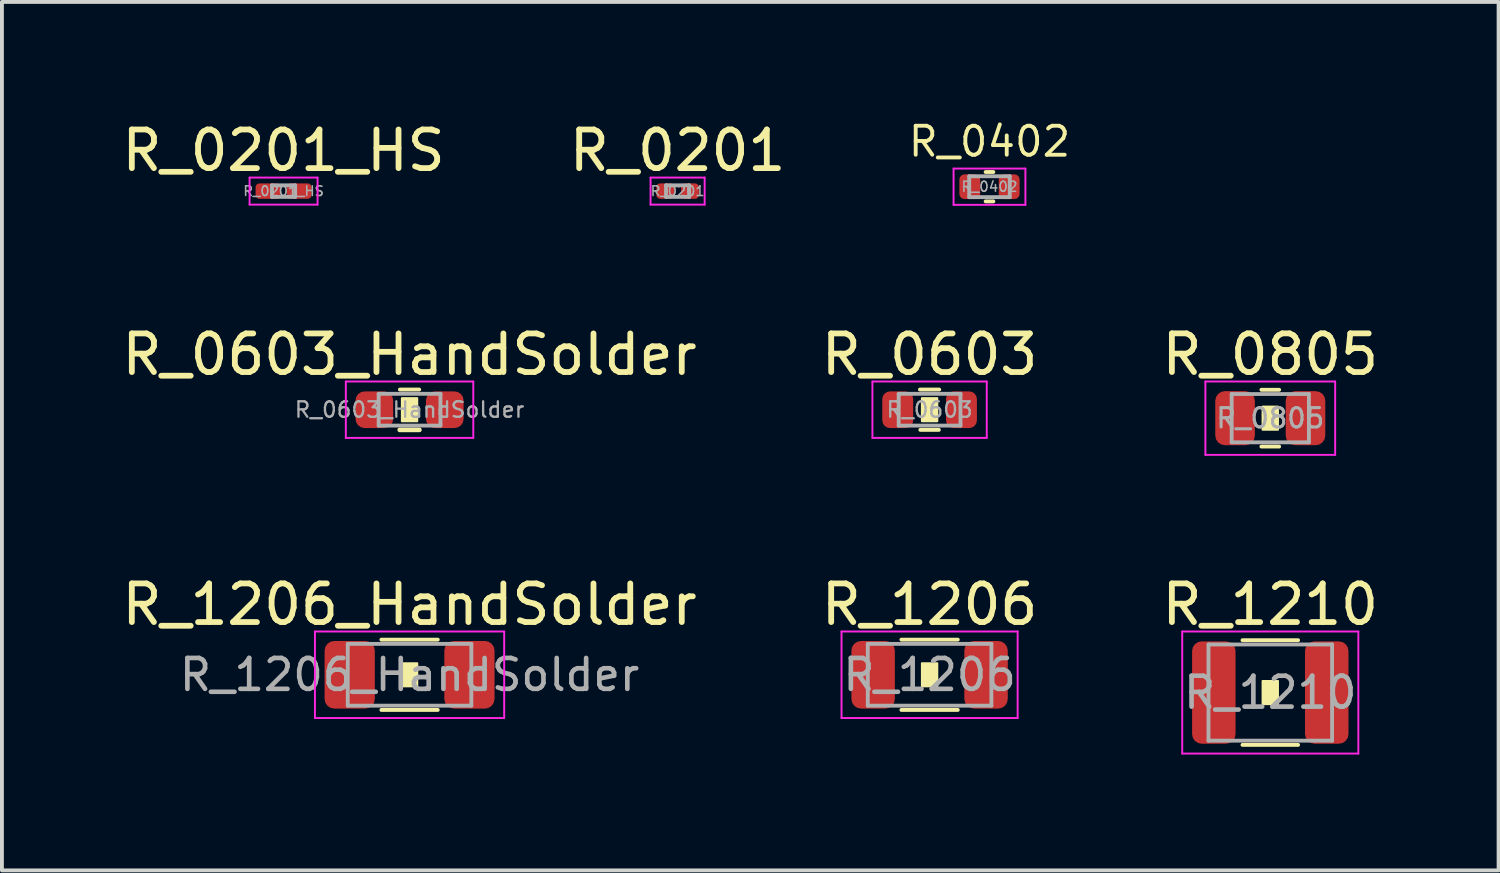
<source format=kicad_pcb>
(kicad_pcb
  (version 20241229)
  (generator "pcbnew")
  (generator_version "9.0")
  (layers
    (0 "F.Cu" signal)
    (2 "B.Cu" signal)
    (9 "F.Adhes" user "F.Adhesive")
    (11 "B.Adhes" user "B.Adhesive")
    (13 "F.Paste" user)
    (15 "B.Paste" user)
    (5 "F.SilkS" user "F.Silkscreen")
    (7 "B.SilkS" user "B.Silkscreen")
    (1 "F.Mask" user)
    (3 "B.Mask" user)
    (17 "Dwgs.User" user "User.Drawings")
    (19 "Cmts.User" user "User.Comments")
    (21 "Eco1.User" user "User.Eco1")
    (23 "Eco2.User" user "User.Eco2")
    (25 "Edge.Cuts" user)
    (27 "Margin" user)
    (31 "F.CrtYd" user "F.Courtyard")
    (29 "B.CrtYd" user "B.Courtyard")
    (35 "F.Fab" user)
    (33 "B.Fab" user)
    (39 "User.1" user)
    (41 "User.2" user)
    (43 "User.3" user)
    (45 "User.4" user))
  (footprint "R_0402"
    (layer "F.Cu")
    (at 22.569 1.784)
    (property "Reference" "R_0402" (at 0 -1.17 0) (layer "F.SilkS") (effects (font (size 0.75 0.75) (thickness 0.1))))
    (attr smd)
    (fp_line (start -0.1 -0.38) (end 0.1 -0.38) (stroke (width 0.1) (type solid)) (layer "F.SilkS"))
    (fp_line (start -0.1 0.38) (end 0.1 0.38) (stroke (width 0.1) (type solid)) (layer "F.SilkS"))
    (fp_line (start -0.93 -0.47) (end 0.93 -0.47) (stroke (width 0.05) (type solid)) (layer "F.CrtYd"))
    (fp_line (start -0.93 0.47) (end -0.93 -0.47) (stroke (width 0.05) (type solid)) (layer "F.CrtYd"))
    (fp_line (start 0.93 -0.47) (end 0.93 0.47) (stroke (width 0.05) (type solid)) (layer "F.CrtYd"))
    (fp_line (start 0.93 0.47) (end -0.93 0.47) (stroke (width 0.05) (type solid)) (layer "F.CrtYd"))
    (fp_line (start -0.525 -0.27) (end 0.525 -0.27) (stroke (width 0.1) (type solid)) (layer "F.Fab"))
    (fp_line (start -0.525 0.27) (end -0.525 -0.27) (stroke (width 0.1) (type solid)) (layer "F.Fab"))
    (fp_line (start 0.525 -0.27) (end 0.525 0.27) (stroke (width 0.1) (type solid)) (layer "F.Fab"))
    (fp_line (start 0.525 0.27) (end -0.525 0.27) (stroke (width 0.1) (type solid)) (layer "F.Fab"))
    (fp_text user "${REFERENCE}" (at 0 0 0) (layer "F.Fab") (effects (font (size 0.26 0.26) (thickness 0.04))))
    (pad "1" smd roundrect (at -0.51 0) (size 0.54 0.64) (layers "F.Cu" "F.Mask" "F.Paste") (roundrect_rratio 0.25))
    (pad "2" smd roundrect (at 0.51 0) (size 0.54 0.64) (layers "F.Cu" "F.Mask" "F.Paste") (roundrect_rratio 0.25)))
  (footprint "R_0603_HandSolder"
    (layer "F.Cu")
    (at 7.554 7.558)
    (property "Reference" "R_0603_HandSolder" (at 0 -1.43 0) (layer "F.SilkS") (effects (font (size 1 1) (thickness 0.15))))
    (attr smd)
    (fp_line (start -0.255 0.522) (end 0.255 0.522) (stroke (width 0.12) (type solid)) (layer "F.SilkS"))
    (fp_line (start -0.25 -0.522) (end 0.25 -0.522) (stroke (width 0.1) (type solid)) (layer "F.SilkS"))
    (fp_rect (start -0.2 -0.3) (end 0.2 0.3) (stroke (width 0.05) (type solid)) (fill yes) (layer "F.SilkS"))
    (fp_line (start -1.65 -0.73) (end 1.65 -0.73) (stroke (width 0.05) (type solid)) (layer "F.CrtYd"))
    (fp_line (start -1.65 0.73) (end -1.65 -0.73) (stroke (width 0.05) (type solid)) (layer "F.CrtYd"))
    (fp_line (start 1.65 -0.73) (end 1.65 0.73) (stroke (width 0.05) (type solid)) (layer "F.CrtYd"))
    (fp_line (start 1.65 0.73) (end -1.65 0.73) (stroke (width 0.05) (type solid)) (layer "F.CrtYd"))
    (fp_line (start -0.8 -0.412) (end 0.8 -0.412) (stroke (width 0.1) (type solid)) (layer "F.Fab"))
    (fp_line (start -0.8 0.412) (end -0.8 -0.412) (stroke (width 0.1) (type solid)) (layer "F.Fab"))
    (fp_line (start 0.8 -0.412) (end 0.8 0.412) (stroke (width 0.1) (type solid)) (layer "F.Fab"))
    (fp_line (start 0.8 0.412) (end -0.8 0.412) (stroke (width 0.1) (type solid)) (layer "F.Fab"))
    (fp_text user "${REFERENCE}" (at 0 0 0) (layer "F.Fab") (effects (font (size 0.4 0.4) (thickness 0.06))))
    (pad "1" smd roundrect (at -0.912 0) (size 0.975 0.95) (layers "F.Cu" "F.Mask" "F.Paste") (roundrect_rratio 0.25))
    (pad "2" smd roundrect (at 0.912 0) (size 0.975 0.95) (layers "F.Cu" "F.Mask" "F.Paste") (roundrect_rratio 0.25)))
  (footprint "R_0603"
    (layer "F.Cu")
    (at 21.018 7.558)
    (property "Reference" "R_0603" (at 0 -1.43 0) (layer "F.SilkS") (effects (font (size 1 1) (thickness 0.15))))
    (attr smd)
    (fp_line (start -0.25 -0.522) (end 0.25 -0.522) (stroke (width 0.1) (type solid)) (layer "F.SilkS"))
    (fp_line (start -0.24 0.522) (end 0.24 0.522) (stroke (width 0.1) (type solid)) (layer "F.SilkS"))
    (fp_rect (start -0.2 -0.3) (end 0.2 0.3) (stroke (width 0.05) (type solid)) (fill yes) (layer "F.SilkS"))
    (fp_line (start -1.48 -0.73) (end 1.48 -0.73) (stroke (width 0.05) (type solid)) (layer "F.CrtYd"))
    (fp_line (start -1.48 0.73) (end -1.48 -0.73) (stroke (width 0.05) (type solid)) (layer "F.CrtYd"))
    (fp_line (start 1.48 -0.73) (end 1.48 0.73) (stroke (width 0.05) (type solid)) (layer "F.CrtYd"))
    (fp_line (start 1.48 0.73) (end -1.48 0.73) (stroke (width 0.05) (type solid)) (layer "F.CrtYd"))
    (fp_line (start -0.8 -0.412) (end 0.8 -0.412) (stroke (width 0.1) (type solid)) (layer "F.Fab"))
    (fp_line (start -0.8 0.412) (end -0.8 -0.412) (stroke (width 0.1) (type solid)) (layer "F.Fab"))
    (fp_line (start 0.8 -0.412) (end 0.8 0.412) (stroke (width 0.1) (type solid)) (layer "F.Fab"))
    (fp_line (start 0.8 0.412) (end -0.8 0.412) (stroke (width 0.1) (type solid)) (layer "F.Fab"))
    (fp_text user "${REFERENCE}" (at 0 0 0) (layer "F.Fab") (effects (font (size 0.4 0.4) (thickness 0.06))))
    (pad "1" smd roundrect (at -0.825 0) (size 0.8 0.95) (layers "F.Cu" "F.Mask" "F.Paste") (roundrect_rratio 0.25))
    (pad "2" smd roundrect (at 0.825 0) (size 0.8 0.95) (layers "F.Cu" "F.Mask" "F.Paste") (roundrect_rratio 0.25)))
  (footprint "R_1206"
    (layer "F.Cu")
    (at 21.018 14.421)
    (property "Reference" "R_1206" (at 0 -1.82 0) (layer "F.SilkS") (effects (font (size 1 1) (thickness 0.15))))
    (attr smd)
    (fp_line (start -0.73 -0.91) (end 0.73 -0.91) (stroke (width 0.1) (type solid)) (layer "F.SilkS"))
    (fp_line (start -0.73 0.91) (end 0.73 0.91) (stroke (width 0.1) (type solid)) (layer "F.SilkS"))
    (fp_rect (start -0.2 -0.3) (end 0.2 0.3) (stroke (width 0.05) (type solid)) (fill yes) (layer "F.SilkS"))
    (fp_line (start -2.28 -1.12) (end 2.28 -1.12) (stroke (width 0.05) (type solid)) (layer "F.CrtYd"))
    (fp_line (start -2.28 1.12) (end -2.28 -1.12) (stroke (width 0.05) (type solid)) (layer "F.CrtYd"))
    (fp_line (start 2.28 -1.12) (end 2.28 1.12) (stroke (width 0.05) (type solid)) (layer "F.CrtYd"))
    (fp_line (start 2.28 1.12) (end -2.28 1.12) (stroke (width 0.05) (type solid)) (layer "F.CrtYd"))
    (fp_line (start -1.6 -0.8) (end 1.6 -0.8) (stroke (width 0.1) (type solid)) (layer "F.Fab"))
    (fp_line (start -1.6 0.8) (end -1.6 -0.8) (stroke (width 0.1) (type solid)) (layer "F.Fab"))
    (fp_line (start 1.6 -0.8) (end 1.6 0.8) (stroke (width 0.1) (type solid)) (layer "F.Fab"))
    (fp_line (start 1.6 0.8) (end -1.6 0.8) (stroke (width 0.1) (type solid)) (layer "F.Fab"))
    (fp_text user "${REFERENCE}" (at 0 0 0) (layer "F.Fab") (effects (font (size 0.8 0.8) (thickness 0.12))))
    (pad "1" smd roundrect (at -1.462 0) (size 1.125 1.75) (layers "F.Cu" "F.Mask" "F.Paste") (roundrect_rratio 0.222))
    (pad "2" smd roundrect (at 1.462 0) (size 1.125 1.75) (layers "F.Cu" "F.Mask" "F.Paste") (roundrect_rratio 0.222)))
  (footprint "R_0201"
    (layer "F.Cu")
    (at 14.494 1.898)
    (property "Reference" "R_0201" (at 0 -1.05 0) (layer "F.SilkS") (effects (font (size 1 1) (thickness 0.15))))
    (attr smd)
    (fp_line (start -0.7 -0.35) (end 0.7 -0.35) (stroke (width 0.05) (type solid)) (layer "F.CrtYd"))
    (fp_line (start -0.7 0.35) (end -0.7 -0.35) (stroke (width 0.05) (type solid)) (layer "F.CrtYd"))
    (fp_line (start 0.7 -0.35) (end 0.7 0.35) (stroke (width 0.05) (type solid)) (layer "F.CrtYd"))
    (fp_line (start 0.7 0.35) (end -0.7 0.35) (stroke (width 0.05) (type solid)) (layer "F.CrtYd"))
    (fp_line (start -0.3 -0.15) (end 0.3 -0.15) (stroke (width 0.1) (type solid)) (layer "F.Fab"))
    (fp_line (start -0.3 0.15) (end -0.3 -0.15) (stroke (width 0.1) (type solid)) (layer "F.Fab"))
    (fp_line (start 0.3 -0.15) (end 0.3 0.15) (stroke (width 0.1) (type solid)) (layer "F.Fab"))
    (fp_line (start 0.3 0.15) (end -0.3 0.15) (stroke (width 0.1) (type solid)) (layer "F.Fab"))
    (fp_text user "${REFERENCE}" (at 0 0 0) (layer "F.Fab") (effects (font (size 0.25 0.25) (thickness 0.04))))
    (pad "" smd roundrect (at -0.345 0) (size 0.318 0.36) (layers "F.Paste") (roundrect_rratio 0.25))
    (pad "" smd roundrect (at 0.345 0) (size 0.318 0.36) (layers "F.Paste") (roundrect_rratio 0.25))
    (pad "1" smd roundrect (at -0.32 0) (size 0.46 0.4) (layers "F.Cu" "F.Mask") (roundrect_rratio 0.25))
    (pad "2" smd roundrect (at 0.32 0) (size 0.46 0.4) (layers "F.Cu" "F.Mask") (roundrect_rratio 0.25)))
  (footprint "R_0201_HS"
    (layer "F.Cu")
    (at 4.292 1.898)
    (property "Reference" "R_0201_HS" (at 0 -1.05 0) (layer "F.SilkS") (effects (font (size 1 1) (thickness 0.15))))
    (attr smd)
    (fp_line (start -0.88 -0.35) (end 0.88 -0.35) (stroke (width 0.05) (type solid)) (layer "F.CrtYd"))
    (fp_line (start -0.88 0.35) (end -0.88 -0.35) (stroke (width 0.05) (type solid)) (layer "F.CrtYd"))
    (fp_line (start 0.88 -0.35) (end 0.88 0.35) (stroke (width 0.05) (type solid)) (layer "F.CrtYd"))
    (fp_line (start 0.88 0.35) (end -0.88 0.35) (stroke (width 0.05) (type solid)) (layer "F.CrtYd"))
    (fp_line (start -0.3 -0.15) (end 0.3 -0.15) (stroke (width 0.1) (type solid)) (layer "F.Fab"))
    (fp_line (start -0.3 0.15) (end -0.3 -0.15) (stroke (width 0.1) (type solid)) (layer "F.Fab"))
    (fp_line (start 0.3 -0.15) (end 0.3 0.15) (stroke (width 0.1) (type solid)) (layer "F.Fab"))
    (fp_line (start 0.3 0.15) (end -0.3 0.15) (stroke (width 0.1) (type solid)) (layer "F.Fab"))
    (fp_text user "${REFERENCE}" (at 0 0 0) (layer "F.Fab") (effects (font (size 0.25 0.25) (thickness 0.04))))
    (pad "" smd roundrect (at -0.432 0) (size 0.458 0.36) (layers "F.Paste") (roundrect_rratio 0.25))
    (pad "" smd roundrect (at 0.432 0) (size 0.458 0.36) (layers "F.Paste") (roundrect_rratio 0.25))
    (pad "1" smd roundrect (at -0.407 0) (size 0.635 0.4) (layers "F.Cu" "F.Mask") (roundrect_rratio 0.25))
    (pad "2" smd roundrect (at 0.407 0) (size 0.635 0.4) (layers "F.Cu" "F.Mask") (roundrect_rratio 0.25)))
  (footprint "R_1210"
    (layer "F.Cu")
    (at 29.839 14.881)
    (property "Reference" "R_1210" (at 0 -2.28 0) (layer "F.SilkS") (effects (font (size 1 1) (thickness 0.15))))
    (attr smd)
    (fp_line (start -0.72 -1.355) (end 0.72 -1.355) (stroke (width 0.1) (type solid)) (layer "F.SilkS"))
    (fp_line (start -0.72 1.355) (end 0.72 1.355) (stroke (width 0.1) (type solid)) (layer "F.SilkS"))
    (fp_rect (start -0.2 -0.3) (end 0.2 0.3) (stroke (width 0.05) (type solid)) (fill yes) (layer "F.SilkS"))
    (fp_line (start -2.28 -1.58) (end 2.28 -1.58) (stroke (width 0.05) (type solid)) (layer "F.CrtYd"))
    (fp_line (start -2.28 1.58) (end -2.28 -1.58) (stroke (width 0.05) (type solid)) (layer "F.CrtYd"))
    (fp_line (start 2.28 -1.58) (end 2.28 1.58) (stroke (width 0.05) (type solid)) (layer "F.CrtYd"))
    (fp_line (start 2.28 1.58) (end -2.28 1.58) (stroke (width 0.05) (type solid)) (layer "F.CrtYd"))
    (fp_line (start -1.6 -1.245) (end 1.6 -1.245) (stroke (width 0.1) (type solid)) (layer "F.Fab"))
    (fp_line (start -1.6 1.245) (end -1.6 -1.245) (stroke (width 0.1) (type solid)) (layer "F.Fab"))
    (fp_line (start 1.6 -1.245) (end 1.6 1.245) (stroke (width 0.1) (type solid)) (layer "F.Fab"))
    (fp_line (start 1.6 1.245) (end -1.6 1.245) (stroke (width 0.1) (type solid)) (layer "F.Fab"))
    (fp_text user "${REFERENCE}" (at 0 0 0) (layer "F.Fab") (effects (font (size 0.8 0.8) (thickness 0.12))))
    (pad "1" smd roundrect (at -1.462 0) (size 1.125 2.65) (layers "F.Cu" "F.Mask" "F.Paste") (roundrect_rratio 0.222))
    (pad "2" smd roundrect (at 1.462 0) (size 1.125 2.65) (layers "F.Cu" "F.Mask" "F.Paste") (roundrect_rratio 0.222)))
  (footprint "R_0805"
    (layer "F.Cu")
    (at 29.839 7.777)
    (property "Reference" "R_0805" (at 0 -1.65 0) (layer "F.SilkS") (effects (font (size 1 1) (thickness 0.15))))
    (attr smd)
    (fp_line (start -0.23 -0.735) (end 0.23 -0.735) (stroke (width 0.1) (type solid)) (layer "F.SilkS"))
    (fp_line (start -0.23 0.735) (end 0.23 0.735) (stroke (width 0.1) (type solid)) (layer "F.SilkS"))
    (fp_rect (start -0.2 -0.3) (end 0.2 0.3) (stroke (width 0.05) (type solid)) (fill yes) (layer "F.SilkS"))
    (fp_line (start -1.68 -0.95) (end 1.68 -0.95) (stroke (width 0.05) (type solid)) (layer "F.CrtYd"))
    (fp_line (start -1.68 0.95) (end -1.68 -0.95) (stroke (width 0.05) (type solid)) (layer "F.CrtYd"))
    (fp_line (start 1.68 -0.95) (end 1.68 0.95) (stroke (width 0.05) (type solid)) (layer "F.CrtYd"))
    (fp_line (start 1.68 0.95) (end -1.68 0.95) (stroke (width 0.05) (type solid)) (layer "F.CrtYd"))
    (fp_line (start -1 -0.625) (end 1 -0.625) (stroke (width 0.1) (type solid)) (layer "F.Fab"))
    (fp_line (start -1 0.625) (end -1 -0.625) (stroke (width 0.1) (type solid)) (layer "F.Fab"))
    (fp_line (start 1 -0.625) (end 1 0.625) (stroke (width 0.1) (type solid)) (layer "F.Fab"))
    (fp_line (start 1 0.625) (end -1 0.625) (stroke (width 0.1) (type solid)) (layer "F.Fab"))
    (fp_text user "${REFERENCE}" (at 0 0 0) (layer "F.Fab") (effects (font (size 0.5 0.5) (thickness 0.08))))
    (pad "1" smd roundrect (at -0.912 0) (size 1.025 1.4) (layers "F.Cu" "F.Mask" "F.Paste") (roundrect_rratio 0.244))
    (pad "2" smd roundrect (at 0.912 0) (size 1.025 1.4) (layers "F.Cu" "F.Mask" "F.Paste") (roundrect_rratio 0.244)))
  (footprint "R_1206_HandSolder"
    (layer "F.Cu")
    (at 7.554 14.421)
    (property "Reference" "R_1206_HandSolder" (at 0 -1.82 0) (layer "F.SilkS") (effects (font (size 1 1) (thickness 0.15))))
    (attr smd)
    (fp_line (start -0.73 -0.91) (end 0.73 -0.91) (stroke (width 0.1) (type solid)) (layer "F.SilkS"))
    (fp_line (start -0.73 0.91) (end 0.73 0.91) (stroke (width 0.1) (type solid)) (layer "F.SilkS"))
    (fp_rect (start -0.2 -0.3) (end 0.2 0.3) (stroke (width 0.05) (type solid)) (fill yes) (layer "F.SilkS"))
    (fp_line (start -2.45 -1.12) (end 2.45 -1.12) (stroke (width 0.05) (type solid)) (layer "F.CrtYd"))
    (fp_line (start -2.45 1.12) (end -2.45 -1.12) (stroke (width 0.05) (type solid)) (layer "F.CrtYd"))
    (fp_line (start 2.45 -1.12) (end 2.45 1.12) (stroke (width 0.05) (type solid)) (layer "F.CrtYd"))
    (fp_line (start 2.45 1.12) (end -2.45 1.12) (stroke (width 0.05) (type solid)) (layer "F.CrtYd"))
    (fp_line (start -1.6 -0.8) (end 1.6 -0.8) (stroke (width 0.1) (type solid)) (layer "F.Fab"))
    (fp_line (start -1.6 0.8) (end -1.6 -0.8) (stroke (width 0.1) (type solid)) (layer "F.Fab"))
    (fp_line (start 1.6 -0.8) (end 1.6 0.8) (stroke (width 0.1) (type solid)) (layer "F.Fab"))
    (fp_line (start 1.6 0.8) (end -1.6 0.8) (stroke (width 0.1) (type solid)) (layer "F.Fab"))
    (fp_text user "${REFERENCE}" (at 0 0 0) (layer "F.Fab") (effects (font (size 0.8 0.8) (thickness 0.12))))
    (pad "1" smd roundrect (at -1.55 0) (size 1.3 1.75) (layers "F.Cu" "F.Mask" "F.Paste") (roundrect_rratio 0.192))
    (pad "2" smd roundrect (at 1.55 0) (size 1.3 1.75) (layers "F.Cu" "F.Mask" "F.Paste") (roundrect_rratio 0.192)))
  (gr_rect
    (start -3 -3)
    (end 35.75 19.486)
    (stroke (width 0.1) (type default))
    (fill no)
    (layer "Edge.Cuts")))
</source>
